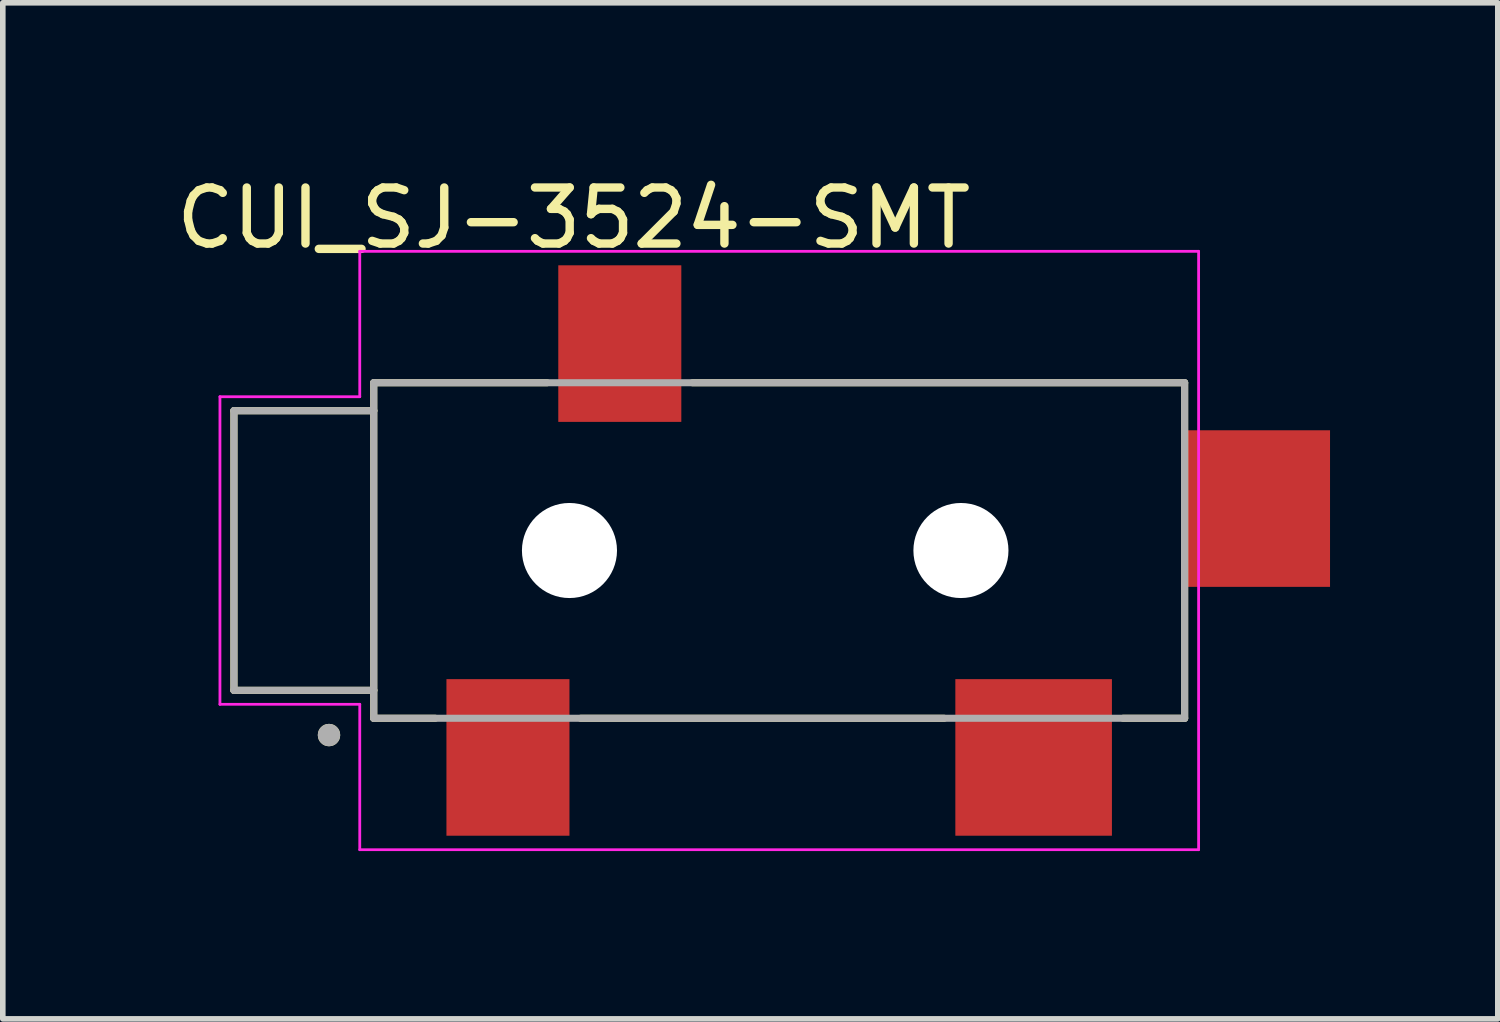
<source format=kicad_pcb>
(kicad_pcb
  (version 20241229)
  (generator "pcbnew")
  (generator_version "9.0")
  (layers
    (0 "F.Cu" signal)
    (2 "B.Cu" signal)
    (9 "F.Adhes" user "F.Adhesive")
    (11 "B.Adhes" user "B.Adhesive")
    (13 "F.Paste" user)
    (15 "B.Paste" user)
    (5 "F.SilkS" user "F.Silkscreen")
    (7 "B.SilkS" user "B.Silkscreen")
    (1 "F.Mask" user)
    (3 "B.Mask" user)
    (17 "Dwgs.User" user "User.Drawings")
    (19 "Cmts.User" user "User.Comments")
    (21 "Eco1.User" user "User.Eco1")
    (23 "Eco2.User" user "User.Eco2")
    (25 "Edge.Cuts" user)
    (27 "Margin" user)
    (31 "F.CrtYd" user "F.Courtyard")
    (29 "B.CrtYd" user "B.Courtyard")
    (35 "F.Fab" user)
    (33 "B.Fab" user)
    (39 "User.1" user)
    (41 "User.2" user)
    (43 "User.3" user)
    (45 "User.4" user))
  (footprint "CUI_SJ-3524-SMT"
    (layer "F.Cu")
    (at 7.133 6.794)
    (property "Reference" "CUI_SJ-3524-SMT" (at 0.075 -5.945 0) (layer "F.SilkS") (effects (font (size 1.002 1.002) (thickness 0.15))))
    (attr through_hole)
    (fp_line (start -6 -2.5) (end -6 2.5) (stroke (width 0.127) (type solid)) (layer "F.SilkS"))
    (fp_line (start -6 2.5) (end -3.5 2.5) (stroke (width 0.127) (type solid)) (layer "F.SilkS"))
    (fp_line (start -3.5 -3) (end -0.4 -3) (stroke (width 0.127) (type solid)) (layer "F.SilkS"))
    (fp_line (start -3.5 -2.5) (end -6 -2.5) (stroke (width 0.127) (type solid)) (layer "F.SilkS"))
    (fp_line (start -3.5 -2.5) (end -3.5 -3) (stroke (width 0.127) (type solid)) (layer "F.SilkS"))
    (fp_line (start -3.5 2.5) (end -3.5 -2.5) (stroke (width 0.127) (type solid)) (layer "F.SilkS"))
    (fp_line (start -3.5 3) (end -3.5 2.5) (stroke (width 0.127) (type solid)) (layer "F.SilkS"))
    (fp_line (start -3.5 3) (end -2.4 3) (stroke (width 0.127) (type solid)) (layer "F.SilkS"))
    (fp_line (start 0.2 3) (end 6.7 3) (stroke (width 0.127) (type solid)) (layer "F.SilkS"))
    (fp_line (start 2.2 -3) (end 11 -3) (stroke (width 0.127) (type solid)) (layer "F.SilkS"))
    (fp_line (start 9.9 3) (end 11 3) (stroke (width 0.127) (type solid)) (layer "F.SilkS"))
    (fp_line (start 11 -3) (end 11 3) (stroke (width 0.127) (type solid)) (layer "F.SilkS"))
    (fp_circle (center -4.3 3.3) (end -4.2 3.3) (stroke (width 0.2) (type solid)) (fill no) (layer "F.SilkS"))
    (fp_line (start -6.25 -2.75) (end -6.25 2.75) (stroke (width 0.05) (type solid)) (layer "F.CrtYd"))
    (fp_line (start -6.25 2.75) (end -3.75 2.75) (stroke (width 0.05) (type solid)) (layer "F.CrtYd"))
    (fp_line (start -3.75 -5.35) (end -3.75 -2.75) (stroke (width 0.05) (type solid)) (layer "F.CrtYd"))
    (fp_line (start -3.75 -5.35) (end 11.25 -5.35) (stroke (width 0.05) (type solid)) (layer "F.CrtYd"))
    (fp_line (start -3.75 -2.75) (end -6.25 -2.75) (stroke (width 0.05) (type solid)) (layer "F.CrtYd"))
    (fp_line (start -3.75 2.75) (end -3.75 5.35) (stroke (width 0.05) (type solid)) (layer "F.CrtYd"))
    (fp_line (start 11.25 -5.35) (end 11.25 5.35) (stroke (width 0.05) (type solid)) (layer "F.CrtYd"))
    (fp_line (start 11.25 5.35) (end -3.75 5.35) (stroke (width 0.05) (type solid)) (layer "F.CrtYd"))
    (fp_line (start -6 -2.5) (end -6 2.5) (stroke (width 0.127) (type solid)) (layer "F.Fab"))
    (fp_line (start -6 2.5) (end -3.5 2.5) (stroke (width 0.127) (type solid)) (layer "F.Fab"))
    (fp_line (start -3.5 -3) (end 11 -3) (stroke (width 0.127) (type solid)) (layer "F.Fab"))
    (fp_line (start -3.5 -2.5) (end -6 -2.5) (stroke (width 0.127) (type solid)) (layer "F.Fab"))
    (fp_line (start -3.5 3) (end -3.5 -3) (stroke (width 0.127) (type solid)) (layer "F.Fab"))
    (fp_line (start 11 -3) (end 11 3) (stroke (width 0.127) (type solid)) (layer "F.Fab"))
    (fp_line (start 11 3) (end -3.5 3) (stroke (width 0.127) (type solid)) (layer "F.Fab"))
    (fp_circle (center -4.3 3.3) (end -4.2 3.3) (stroke (width 0.2) (type solid)) (fill no) (layer "F.Fab"))
    (pad "" np_thru_hole circle (at 0 0) (size 1.7 1.7) (drill 1.7) (layers "*.Cu" "*.Mask"))
    (pad "" np_thru_hole circle (at 7 0) (size 1.7 1.7) (drill 1.7) (layers "*.Cu" "*.Mask"))
    (pad "1" smd rect (at -1.1 3.7) (size 2.2 2.8) (layers "F.Cu" "F.Mask" "F.Paste"))
    (pad "2" smd rect (at 8.3 3.7) (size 2.8 2.8) (layers "F.Cu" "F.Mask" "F.Paste"))
    (pad "3" smd rect (at 0.9 -3.7) (size 2.2 2.8) (layers "F.Cu" "F.Mask" "F.Paste"))
    (pad "4" smd rect (at 12.3 -0.75) (size 2.6 2.8) (layers "F.Cu" "F.Mask" "F.Paste")))
  (gr_rect
    (start -3 -3)
    (end 23.733 15.169)
    (stroke (width 0.1) (type default))
    (fill no)
    (layer "Edge.Cuts")))
</source>
